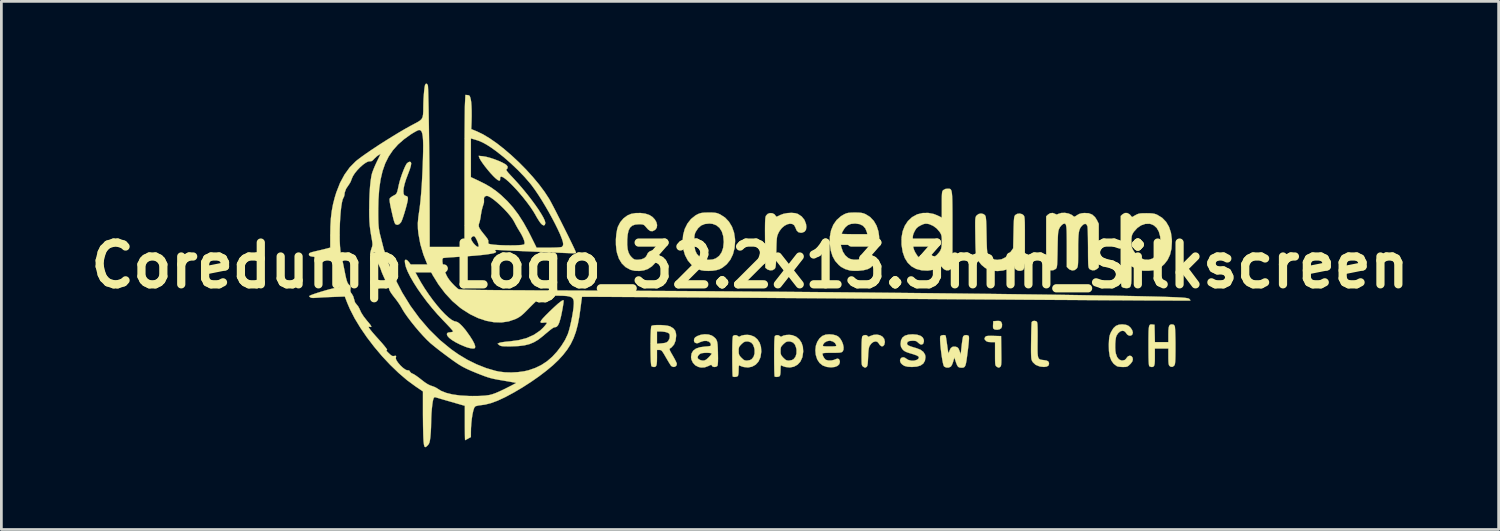
<source format=kicad_pcb>
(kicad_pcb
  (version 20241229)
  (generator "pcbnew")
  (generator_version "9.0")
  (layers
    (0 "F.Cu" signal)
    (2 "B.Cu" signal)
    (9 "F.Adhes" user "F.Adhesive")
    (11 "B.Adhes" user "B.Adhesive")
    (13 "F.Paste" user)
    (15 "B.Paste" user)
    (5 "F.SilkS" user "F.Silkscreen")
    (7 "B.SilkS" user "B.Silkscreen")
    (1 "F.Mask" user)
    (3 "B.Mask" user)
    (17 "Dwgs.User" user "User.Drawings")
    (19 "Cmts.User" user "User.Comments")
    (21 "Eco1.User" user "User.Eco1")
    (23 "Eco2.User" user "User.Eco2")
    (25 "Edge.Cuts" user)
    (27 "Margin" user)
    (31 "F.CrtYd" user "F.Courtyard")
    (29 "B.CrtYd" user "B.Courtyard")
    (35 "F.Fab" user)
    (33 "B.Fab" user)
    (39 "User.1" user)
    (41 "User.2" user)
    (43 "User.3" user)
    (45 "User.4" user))
  (footprint "Coredump-Logo_32.2x13.3mm_Silkscreen"
    (layer "F.Cu")
    (at 24.319 6.636)
    (property "Reference" "Coredump-Logo_32.2x13.3mm_Silkscreen" (at 0 0 0) (layer "F.SilkS") (effects (font (size 1.524 1.524) (thickness 0.3))))
    (attr through_hole)
    (fp_poly (pts (xy 9.144 2.041) (xy 9.168 2.064) (xy 9.197 2.14) (xy 9.194 2.228) (xy 9.169 2.288) (xy 9.111 2.329) (xy 9.028 2.347) (xy 8.943 2.34) (xy 8.921 2.332) (xy 8.886 2.312) (xy 8.87 2.278) (xy 8.867 2.216) (xy 8.869 2.171) (xy 8.877 2.035) (xy 9.006 2.026) (xy 9.093 2.026) (xy 9.144 2.041)) (stroke (width 0.01) (type solid)) (fill yes) (layer "F.SilkS"))
    (fp_poly (pts (xy 8.89 2.571) (xy 9.162 2.579) (xy 9.169 3.123) (xy 9.171 3.306) (xy 9.172 3.444) (xy 9.17 3.544) (xy 9.165 3.613) (xy 9.158 3.657) (xy 9.147 3.683) (xy 9.133 3.699) (xy 9.132 3.7) (xy 9.088 3.727) (xy 9.053 3.725) (xy 9.002 3.693) (xy 8.999 3.692) (xy 8.978 3.675) (xy 8.963 3.652) (xy 8.953 3.617) (xy 8.946 3.56) (xy 8.943 3.473) (xy 8.942 3.349) (xy 8.942 3.225) (xy 8.942 2.799) (xy 8.799 2.799) (xy 8.701 2.793) (xy 8.637 2.772) (xy 8.605 2.747) (xy 8.562 2.696) (xy 8.559 2.655) (xy 8.586 2.609) (xy 8.608 2.589) (xy 8.644 2.576) (xy 8.704 2.57) (xy 8.799 2.569) (xy 8.89 2.571)) (stroke (width 0.01) (type solid)) (fill yes) (layer "F.SilkS"))
    (fp_poly (pts (xy 10.434 2.033) (xy 10.469 2.059) (xy 10.48 2.089) (xy 10.488 2.153) (xy 10.492 2.256) (xy 10.495 2.4) (xy 10.495 2.591) (xy 10.494 2.718) (xy 10.492 2.929) (xy 10.492 3.093) (xy 10.495 3.218) (xy 10.505 3.308) (xy 10.522 3.37) (xy 10.549 3.409) (xy 10.586 3.433) (xy 10.637 3.445) (xy 10.703 3.453) (xy 10.722 3.455) (xy 10.822 3.472) (xy 10.881 3.501) (xy 10.907 3.55) (xy 10.911 3.595) (xy 10.889 3.655) (xy 10.826 3.691) (xy 10.727 3.704) (xy 10.6 3.691) (xy 10.556 3.681) (xy 10.422 3.626) (xy 10.323 3.534) (xy 10.297 3.492) (xy 10.282 3.461) (xy 10.271 3.424) (xy 10.264 3.372) (xy 10.259 3.3) (xy 10.256 3.201) (xy 10.255 3.067) (xy 10.256 2.893) (xy 10.258 2.76) (xy 10.26 2.58) (xy 10.264 2.416) (xy 10.267 2.274) (xy 10.272 2.164) (xy 10.276 2.091) (xy 10.279 2.067) (xy 10.313 2.033) (xy 10.372 2.022) (xy 10.434 2.033)) (stroke (width 0.01) (type solid)) (fill yes) (layer "F.SilkS"))
    (fp_poly (pts (xy 4.746 2.548) (xy 4.836 2.601) (xy 4.897 2.681) (xy 4.92 2.785) (xy 4.919 2.808) (xy 4.897 2.899) (xy 4.853 2.946) (xy 4.797 2.949) (xy 4.738 2.906) (xy 4.696 2.842) (xy 4.646 2.787) (xy 4.577 2.772) (xy 4.5 2.794) (xy 4.425 2.85) (xy 4.363 2.937) (xy 4.341 2.998) (xy 4.325 3.092) (xy 4.314 3.224) (xy 4.309 3.343) (xy 4.302 3.487) (xy 4.294 3.586) (xy 4.283 3.651) (xy 4.267 3.688) (xy 4.256 3.7) (xy 4.215 3.727) (xy 4.18 3.725) (xy 4.128 3.693) (xy 4.127 3.692) (xy 4.107 3.676) (xy 4.092 3.656) (xy 4.082 3.624) (xy 4.075 3.573) (xy 4.072 3.495) (xy 4.07 3.383) (xy 4.069 3.23) (xy 4.069 3.146) (xy 4.071 2.969) (xy 4.074 2.818) (xy 4.081 2.699) (xy 4.089 2.62) (xy 4.096 2.59) (xy 4.138 2.555) (xy 4.199 2.54) (xy 4.258 2.548) (xy 4.293 2.578) (xy 4.31 2.602) (xy 4.344 2.597) (xy 4.376 2.581) (xy 4.507 2.534) (xy 4.633 2.524) (xy 4.746 2.548)) (stroke (width 0.01) (type solid)) (fill yes) (layer "F.SilkS"))
    (fp_poly (pts (xy -12.377 -3.768) (xy -12.364 -3.719) (xy -12.377 -3.634) (xy -12.414 -3.509) (xy -12.468 -3.366) (xy -12.55 -3.149) (xy -12.606 -2.97) (xy -12.638 -2.824) (xy -12.648 -2.71) (xy -12.641 -2.617) (xy -12.617 -2.564) (xy -12.57 -2.539) (xy -12.56 -2.537) (xy -12.52 -2.524) (xy -12.494 -2.499) (xy -12.484 -2.456) (xy -12.489 -2.388) (xy -12.509 -2.288) (xy -12.544 -2.148) (xy -12.571 -2.052) (xy -12.613 -1.909) (xy -12.655 -1.778) (xy -12.693 -1.67) (xy -12.725 -1.595) (xy -12.737 -1.573) (xy -12.801 -1.506) (xy -12.87 -1.481) (xy -12.925 -1.497) (xy -12.946 -1.516) (xy -12.966 -1.55) (xy -12.986 -1.606) (xy -13.011 -1.69) (xy -13.04 -1.809) (xy -13.077 -1.971) (xy -13.088 -2.018) (xy -13.125 -2.193) (xy -13.147 -2.324) (xy -13.154 -2.408) (xy -13.15 -2.439) (xy -13.114 -2.479) (xy -13.05 -2.525) (xy -13.011 -2.546) (xy -12.96 -2.573) (xy -12.923 -2.599) (xy -12.896 -2.635) (xy -12.874 -2.69) (xy -12.852 -2.773) (xy -12.826 -2.894) (xy -12.816 -2.942) (xy -12.785 -3.066) (xy -12.742 -3.205) (xy -12.693 -3.349) (xy -12.64 -3.485) (xy -12.589 -3.603) (xy -12.544 -3.69) (xy -12.517 -3.727) (xy -12.463 -3.769) (xy -12.414 -3.784) (xy -12.377 -3.768)) (stroke (width 0.01) (type solid)) (fill yes) (layer "F.SilkS"))
    (fp_poly (pts (xy 13.718 2.166) (xy 13.807 2.202) (xy 13.884 2.269) (xy 13.943 2.357) (xy 13.97 2.445) (xy 13.97 2.456) (xy 13.95 2.522) (xy 13.902 2.559) (xy 13.839 2.562) (xy 13.776 2.531) (xy 13.744 2.495) (xy 13.695 2.427) (xy 13.648 2.394) (xy 13.586 2.385) (xy 13.579 2.385) (xy 13.505 2.409) (xy 13.43 2.477) (xy 13.374 2.564) (xy 13.352 2.634) (xy 13.337 2.74) (xy 13.328 2.866) (xy 13.327 2.998) (xy 13.333 3.118) (xy 13.347 3.209) (xy 13.395 3.342) (xy 13.462 3.428) (xy 13.549 3.467) (xy 13.599 3.468) (xy 13.674 3.451) (xy 13.723 3.405) (xy 13.737 3.382) (xy 13.793 3.317) (xy 13.857 3.294) (xy 13.916 3.309) (xy 13.958 3.361) (xy 13.97 3.427) (xy 13.954 3.497) (xy 13.9 3.573) (xy 13.869 3.606) (xy 13.811 3.661) (xy 13.762 3.691) (xy 13.704 3.703) (xy 13.616 3.706) (xy 13.604 3.706) (xy 13.508 3.701) (xy 13.428 3.689) (xy 13.387 3.676) (xy 13.271 3.589) (xy 13.186 3.47) (xy 13.128 3.316) (xy 13.098 3.123) (xy 13.093 2.888) (xy 13.094 2.865) (xy 13.1 2.731) (xy 13.11 2.633) (xy 13.125 2.557) (xy 13.149 2.489) (xy 13.181 2.42) (xy 13.26 2.291) (xy 13.35 2.207) (xy 13.459 2.163) (xy 13.579 2.151) (xy 13.718 2.166)) (stroke (width 0.01) (type solid)) (fill yes) (layer "F.SilkS"))
    (fp_poly (pts (xy 15.461 2.164) (xy 15.497 2.21) (xy 15.5 2.218) (xy 15.507 2.262) (xy 15.513 2.35) (xy 15.518 2.474) (xy 15.522 2.627) (xy 15.525 2.801) (xy 15.525 2.938) (xy 15.525 3.145) (xy 15.523 3.306) (xy 15.52 3.428) (xy 15.515 3.517) (xy 15.508 3.579) (xy 15.499 3.62) (xy 15.486 3.646) (xy 15.485 3.649) (xy 15.425 3.698) (xy 15.357 3.699) (xy 15.307 3.666) (xy 15.288 3.636) (xy 15.276 3.585) (xy 15.269 3.505) (xy 15.266 3.385) (xy 15.266 3.329) (xy 15.266 3.032) (xy 14.773 3.032) (xy 14.773 3.338) (xy 14.772 3.485) (xy 14.765 3.587) (xy 14.75 3.652) (xy 14.725 3.689) (xy 14.688 3.704) (xy 14.657 3.706) (xy 14.597 3.692) (xy 14.571 3.675) (xy 14.561 3.649) (xy 14.553 3.59) (xy 14.547 3.494) (xy 14.543 3.359) (xy 14.541 3.179) (xy 14.54 2.951) (xy 14.54 2.927) (xy 14.54 2.704) (xy 14.542 2.528) (xy 14.545 2.394) (xy 14.552 2.295) (xy 14.562 2.227) (xy 14.578 2.184) (xy 14.6 2.161) (xy 14.629 2.152) (xy 14.666 2.154) (xy 14.688 2.156) (xy 14.761 2.164) (xy 14.775 2.799) (xy 15.266 2.799) (xy 15.266 2.525) (xy 15.268 2.377) (xy 15.278 2.272) (xy 15.296 2.205) (xy 15.326 2.168) (xy 15.371 2.153) (xy 15.397 2.151) (xy 15.461 2.164)) (stroke (width 0.01) (type solid)) (fill yes) (layer "F.SilkS"))
    (fp_poly (pts (xy -9.752 -3.985) (xy -9.632 -3.965) (xy -9.488 -3.927) (xy -9.334 -3.877) (xy -9.181 -3.818) (xy -9.044 -3.757) (xy -8.936 -3.698) (xy -8.884 -3.66) (xy -8.843 -3.601) (xy -8.851 -3.543) (xy -8.88 -3.513) (xy -8.892 -3.497) (xy -8.887 -3.472) (xy -8.862 -3.432) (xy -8.813 -3.372) (xy -8.734 -3.285) (xy -8.653 -3.199) (xy -8.48 -3.01) (xy -8.31 -2.814) (xy -8.146 -2.615) (xy -7.992 -2.418) (xy -7.851 -2.228) (xy -7.727 -2.051) (xy -7.624 -1.89) (xy -7.544 -1.752) (xy -7.491 -1.64) (xy -7.47 -1.559) (xy -7.47 -1.543) (xy -7.489 -1.478) (xy -7.529 -1.459) (xy -7.585 -1.487) (xy -7.641 -1.544) (xy -7.691 -1.613) (xy -7.752 -1.709) (xy -7.814 -1.815) (xy -7.826 -1.839) (xy -7.909 -1.978) (xy -8.011 -2.131) (xy -8.13 -2.293) (xy -8.259 -2.458) (xy -8.394 -2.62) (xy -8.53 -2.775) (xy -8.663 -2.916) (xy -8.787 -3.038) (xy -8.897 -3.136) (xy -8.989 -3.205) (xy -9.057 -3.238) (xy -9.074 -3.24) (xy -9.111 -3.229) (xy -9.119 -3.186) (xy -9.118 -3.169) (xy -9.122 -3.11) (xy -9.152 -3.093) (xy -9.209 -3.119) (xy -9.294 -3.188) (xy -9.367 -3.259) (xy -9.469 -3.369) (xy -9.573 -3.491) (xy -9.673 -3.616) (xy -9.76 -3.734) (xy -9.828 -3.836) (xy -9.87 -3.911) (xy -9.874 -3.923) (xy -9.901 -3.999) (xy -9.752 -3.985)) (stroke (width 0.01) (type solid)) (fill yes) (layer "F.SilkS"))
    (fp_poly (pts (xy -6.804 1.274) (xy -6.802 1.305) (xy -6.809 1.376) (xy -6.824 1.475) (xy -6.844 1.593) (xy -6.868 1.717) (xy -6.893 1.839) (xy -6.919 1.946) (xy -6.92 1.95) (xy -6.964 2.092) (xy -7.009 2.187) (xy -7.06 2.24) (xy -7.113 2.255) (xy -7.14 2.258) (xy -7.171 2.27) (xy -7.213 2.296) (xy -7.272 2.339) (xy -7.353 2.404) (xy -7.462 2.495) (xy -7.579 2.594) (xy -7.733 2.713) (xy -7.887 2.804) (xy -8.05 2.871) (xy -8.233 2.916) (xy -8.445 2.942) (xy -8.695 2.953) (xy -8.764 2.954) (xy -8.904 2.953) (xy -9.003 2.95) (xy -9.07 2.942) (xy -9.114 2.929) (xy -9.147 2.91) (xy -9.151 2.906) (xy -9.211 2.858) (xy -9.152 2.827) (xy -9.105 2.813) (xy -9.018 2.798) (xy -8.903 2.783) (xy -8.773 2.771) (xy -8.767 2.771) (xy -8.435 2.726) (xy -8.139 2.646) (xy -7.881 2.529) (xy -7.659 2.377) (xy -7.548 2.272) (xy -7.483 2.199) (xy -7.435 2.139) (xy -7.413 2.102) (xy -7.413 2.099) (xy -7.435 2.083) (xy -7.502 2.084) (xy -7.529 2.088) (xy -7.598 2.094) (xy -7.637 2.084) (xy -7.645 2.056) (xy -7.621 2.008) (xy -7.563 1.935) (xy -7.469 1.835) (xy -7.338 1.705) (xy -7.301 1.668) (xy -7.143 1.519) (xy -7.019 1.406) (xy -6.924 1.329) (xy -6.858 1.283) (xy -6.817 1.269) (xy -6.804 1.274)) (stroke (width 0.01) (type solid)) (fill yes) (layer "F.SilkS"))
    (fp_poly (pts (xy 1.648 -1.908) (xy 1.746 -1.879) (xy 1.886 -1.786) (xy 1.986 -1.662) (xy 2.044 -1.51) (xy 2.056 -1.406) (xy 2.041 -1.301) (xy 1.987 -1.23) (xy 1.897 -1.195) (xy 1.854 -1.192) (xy 1.766 -1.213) (xy 1.7 -1.278) (xy 1.656 -1.385) (xy 1.612 -1.468) (xy 1.543 -1.513) (xy 1.456 -1.523) (xy 1.358 -1.501) (xy 1.258 -1.448) (xy 1.162 -1.367) (xy 1.079 -1.26) (xy 1.046 -1.201) (xy 1.022 -1.15) (xy 1.003 -1.103) (xy 0.989 -1.054) (xy 0.98 -0.993) (xy 0.973 -0.913) (xy 0.967 -0.805) (xy 0.963 -0.66) (xy 0.959 -0.489) (xy 0.954 -0.302) (xy 0.95 -0.16) (xy 0.944 -0.056) (xy 0.937 0.018) (xy 0.928 0.067) (xy 0.915 0.1) (xy 0.9 0.124) (xy 0.897 0.127) (xy 0.825 0.171) (xy 0.735 0.179) (xy 0.646 0.151) (xy 0.618 0.132) (xy 0.557 0.082) (xy 0.55 -0.827) (xy 0.548 -1.074) (xy 0.547 -1.274) (xy 0.548 -1.433) (xy 0.55 -1.557) (xy 0.554 -1.65) (xy 0.559 -1.717) (xy 0.566 -1.765) (xy 0.576 -1.798) (xy 0.582 -1.813) (xy 0.642 -1.879) (xy 0.724 -1.91) (xy 0.812 -1.906) (xy 0.891 -1.867) (xy 0.933 -1.815) (xy 0.95 -1.788) (xy 0.973 -1.781) (xy 1.015 -1.795) (xy 1.089 -1.832) (xy 1.094 -1.835) (xy 1.217 -1.882) (xy 1.363 -1.91) (xy 1.512 -1.919) (xy 1.648 -1.908)) (stroke (width 0.01) (type solid)) (fill yes) (layer "F.SilkS"))
    (fp_poly (pts (xy -12.504 -0.183) (xy -12.44 -0.113) (xy -12.359 0.003) (xy -12.262 0.163) (xy -12.149 0.366) (xy -12.13 0.402) (xy -12.006 0.623) (xy -11.869 0.844) (xy -11.723 1.06) (xy -11.573 1.266) (xy -11.422 1.457) (xy -11.274 1.63) (xy -11.133 1.778) (xy -11.002 1.899) (xy -10.887 1.987) (xy -10.79 2.037) (xy -10.737 2.047) (xy -10.673 2.069) (xy -10.588 2.131) (xy -10.49 2.229) (xy -10.382 2.356) (xy -10.343 2.409) (xy -10.223 2.577) (xy -10.13 2.723) (xy -10.066 2.843) (xy -10.034 2.931) (xy -10.03 2.96) (xy -10.035 3.007) (xy -10.06 3.028) (xy -10.12 3.031) (xy -10.128 3.031) (xy -10.204 3.021) (xy -10.304 2.996) (xy -10.388 2.967) (xy -10.575 2.888) (xy -10.74 2.805) (xy -10.876 2.722) (xy -10.979 2.642) (xy -11.042 2.57) (xy -11.062 2.508) (xy -11.062 2.503) (xy -11.046 2.467) (xy -11.004 2.448) (xy -10.944 2.441) (xy -10.877 2.43) (xy -10.838 2.413) (xy -10.834 2.405) (xy -10.851 2.378) (xy -10.9 2.321) (xy -10.974 2.239) (xy -11.068 2.139) (xy -11.178 2.025) (xy -11.204 1.998) (xy -11.405 1.783) (xy -11.602 1.555) (xy -11.792 1.32) (xy -11.969 1.083) (xy -12.132 0.85) (xy -12.275 0.625) (xy -12.396 0.415) (xy -12.491 0.225) (xy -12.556 0.06) (xy -12.588 -0.074) (xy -12.595 -0.152) (xy -12.591 -0.192) (xy -12.571 -0.206) (xy -12.55 -0.207) (xy -12.504 -0.183)) (stroke (width 0.01) (type solid)) (fill yes) (layer "F.SilkS"))
    (fp_poly (pts (xy 6.096 2.528) (xy 6.219 2.567) (xy 6.303 2.63) (xy 6.343 2.715) (xy 6.345 2.775) (xy 6.321 2.852) (xy 6.273 2.887) (xy 6.209 2.877) (xy 6.143 2.825) (xy 6.092 2.779) (xy 6.04 2.755) (xy 5.966 2.748) (xy 5.928 2.747) (xy 5.817 2.758) (xy 5.751 2.789) (xy 5.73 2.844) (xy 5.732 2.868) (xy 5.748 2.897) (xy 5.789 2.925) (xy 5.862 2.955) (xy 5.974 2.991) (xy 6.076 3.02) (xy 6.223 3.078) (xy 6.328 3.158) (xy 6.388 3.257) (xy 6.402 3.342) (xy 6.383 3.476) (xy 6.324 3.578) (xy 6.225 3.65) (xy 6.085 3.692) (xy 5.909 3.705) (xy 5.755 3.696) (xy 5.644 3.669) (xy 5.629 3.663) (xy 5.558 3.617) (xy 5.505 3.563) (xy 5.503 3.56) (xy 5.474 3.483) (xy 5.486 3.416) (xy 5.527 3.369) (xy 5.587 3.35) (xy 5.656 3.37) (xy 5.688 3.394) (xy 5.776 3.449) (xy 5.885 3.475) (xy 5.996 3.474) (xy 6.093 3.444) (xy 6.136 3.413) (xy 6.164 3.367) (xy 6.148 3.325) (xy 6.085 3.285) (xy 5.973 3.245) (xy 5.956 3.24) (xy 5.82 3.199) (xy 5.724 3.167) (xy 5.658 3.137) (xy 5.609 3.105) (xy 5.57 3.065) (xy 5.559 3.053) (xy 5.51 2.97) (xy 5.495 2.869) (xy 5.495 2.863) (xy 5.511 2.73) (xy 5.563 2.631) (xy 5.652 2.563) (xy 5.782 2.525) (xy 5.936 2.514) (xy 6.096 2.528)) (stroke (width 0.01) (type solid)) (fill yes) (layer "F.SilkS"))
    (fp_poly (pts (xy -1.375 -1.929) (xy -1.283 -1.923) (xy -1.212 -1.91) (xy -1.146 -1.887) (xy -1.085 -1.859) (xy -0.911 -1.746) (xy -0.768 -1.595) (xy -0.657 -1.41) (xy -0.583 -1.198) (xy -0.547 -0.964) (xy -0.544 -0.877) (xy -0.565 -0.629) (xy -0.624 -0.404) (xy -0.719 -0.208) (xy -0.849 -0.044) (xy -1.01 0.084) (xy -1.108 0.135) (xy -1.221 0.17) (xy -1.365 0.192) (xy -1.522 0.2) (xy -1.671 0.194) (xy -1.79 0.174) (xy -1.976 0.095) (xy -2.137 -0.026) (xy -2.27 -0.183) (xy -2.37 -0.373) (xy -2.435 -0.59) (xy -2.462 -0.829) (xy -2.462 -0.868) (xy -2.035 -0.868) (xy -2.025 -0.682) (xy -1.995 -0.535) (xy -1.94 -0.42) (xy -1.856 -0.329) (xy -1.79 -0.281) (xy -1.658 -0.225) (xy -1.507 -0.204) (xy -1.356 -0.219) (xy -1.245 -0.259) (xy -1.125 -0.349) (xy -1.036 -0.478) (xy -0.98 -0.644) (xy -0.959 -0.844) (xy -0.959 -0.868) (xy -0.977 -1.069) (xy -1.029 -1.238) (xy -1.113 -1.371) (xy -1.228 -1.465) (xy -1.37 -1.518) (xy -1.486 -1.529) (xy -1.65 -1.512) (xy -1.784 -1.457) (xy -1.893 -1.36) (xy -1.979 -1.231) (xy -2.006 -1.172) (xy -2.023 -1.108) (xy -2.031 -1.023) (xy -2.034 -0.905) (xy -2.035 -0.868) (xy -2.462 -0.868) (xy -2.441 -1.11) (xy -2.381 -1.332) (xy -2.283 -1.529) (xy -2.152 -1.695) (xy -1.991 -1.824) (xy -1.898 -1.874) (xy -1.829 -1.901) (xy -1.756 -1.918) (xy -1.665 -1.927) (xy -1.539 -1.93) (xy -1.503 -1.93) (xy -1.375 -1.929)) (stroke (width 0.01) (type solid)) (fill yes) (layer "F.SilkS"))
    (fp_poly (pts (xy -3.817 -1.889) (xy -3.671 -1.84) (xy -3.559 -1.768) (xy -3.473 -1.677) (xy -3.416 -1.576) (xy -3.391 -1.474) (xy -3.403 -1.381) (xy -3.455 -1.305) (xy -3.464 -1.298) (xy -3.554 -1.251) (xy -3.638 -1.256) (xy -3.717 -1.312) (xy -3.72 -1.315) (xy -3.78 -1.382) (xy -3.834 -1.444) (xy -3.835 -1.445) (xy -3.873 -1.478) (xy -3.923 -1.496) (xy -4.001 -1.503) (xy -4.049 -1.503) (xy -4.19 -1.491) (xy -4.298 -1.452) (xy -4.378 -1.38) (xy -4.432 -1.273) (xy -4.465 -1.124) (xy -4.48 -0.946) (xy -4.481 -0.75) (xy -4.466 -0.595) (xy -4.434 -0.473) (xy -4.382 -0.373) (xy -4.33 -0.31) (xy -4.268 -0.25) (xy -4.216 -0.219) (xy -4.15 -0.208) (xy -4.093 -0.207) (xy -3.965 -0.223) (xy -3.86 -0.264) (xy -3.79 -0.327) (xy -3.77 -0.368) (xy -3.723 -0.459) (xy -3.654 -0.517) (xy -3.575 -0.543) (xy -3.496 -0.536) (xy -3.428 -0.498) (xy -3.383 -0.429) (xy -3.369 -0.349) (xy -3.394 -0.215) (xy -3.466 -0.086) (xy -3.578 0.031) (xy -3.725 0.128) (xy -3.732 0.131) (xy -3.872 0.179) (xy -4.035 0.201) (xy -4.202 0.196) (xy -4.351 0.162) (xy -4.367 0.156) (xy -4.54 0.061) (xy -4.678 -0.072) (xy -4.783 -0.245) (xy -4.854 -0.458) (xy -4.875 -0.57) (xy -4.893 -0.755) (xy -4.894 -0.952) (xy -4.878 -1.145) (xy -4.848 -1.316) (xy -4.82 -1.413) (xy -4.735 -1.578) (xy -4.616 -1.718) (xy -4.473 -1.824) (xy -4.344 -1.88) (xy -4.175 -1.91) (xy -3.993 -1.913) (xy -3.817 -1.889)) (stroke (width 0.01) (type solid)) (fill yes) (layer "F.SilkS"))
    (fp_poly (pts (xy 3.029 2.525) (xy 3.147 2.557) (xy 3.21 2.589) (xy 3.286 2.664) (xy 3.348 2.762) (xy 3.392 2.872) (xy 3.414 2.981) (xy 3.411 3.075) (xy 3.381 3.137) (xy 3.358 3.158) (xy 3.325 3.172) (xy 3.274 3.181) (xy 3.196 3.186) (xy 3.08 3.188) (xy 2.99 3.188) (xy 2.848 3.189) (xy 2.75 3.192) (xy 2.689 3.198) (xy 2.656 3.208) (xy 2.644 3.222) (xy 2.644 3.228) (xy 2.661 3.297) (xy 2.702 3.374) (xy 2.753 3.434) (xy 2.772 3.446) (xy 2.856 3.469) (xy 2.962 3.469) (xy 3.064 3.447) (xy 3.108 3.428) (xy 3.188 3.4) (xy 3.245 3.418) (xy 3.275 3.48) (xy 3.279 3.525) (xy 3.255 3.606) (xy 3.19 3.667) (xy 3.089 3.705) (xy 2.96 3.719) (xy 2.809 3.705) (xy 2.799 3.703) (xy 2.654 3.651) (xy 2.538 3.558) (xy 2.452 3.428) (xy 2.4 3.265) (xy 2.385 3.095) (xy 2.403 2.932) (xy 2.405 2.926) (xy 2.659 2.926) (xy 2.67 2.942) (xy 2.704 2.95) (xy 2.771 2.954) (xy 2.879 2.955) (xy 2.903 2.955) (xy 3.019 2.954) (xy 3.092 2.951) (xy 3.132 2.943) (xy 3.146 2.929) (xy 3.145 2.907) (xy 3.143 2.902) (xy 3.1 2.83) (xy 3.023 2.775) (xy 2.927 2.748) (xy 2.903 2.747) (xy 2.805 2.766) (xy 2.721 2.815) (xy 2.668 2.884) (xy 2.662 2.902) (xy 2.659 2.926) (xy 2.405 2.926) (xy 2.456 2.785) (xy 2.537 2.662) (xy 2.64 2.573) (xy 2.76 2.525) (xy 2.894 2.514) (xy 3.029 2.525)) (stroke (width 0.01) (type solid)) (fill yes) (layer "F.SilkS"))
    (fp_poly (pts (xy 7.112 2.545) (xy 7.137 2.561) (xy 7.146 2.593) (xy 7.158 2.667) (xy 7.174 2.769) (xy 7.191 2.889) (xy 7.207 3.009) (xy 7.222 3.109) (xy 7.233 3.177) (xy 7.24 3.205) (xy 7.24 3.205) (xy 7.252 3.189) (xy 7.272 3.137) (xy 7.28 3.109) (xy 7.327 3.015) (xy 7.398 2.966) (xy 7.493 2.964) (xy 7.52 2.971) (xy 7.574 2.994) (xy 7.611 3.037) (xy 7.643 3.114) (xy 7.646 3.122) (xy 7.688 3.25) (xy 7.722 2.94) (xy 7.737 2.815) (xy 7.753 2.706) (xy 7.768 2.625) (xy 7.78 2.585) (xy 7.823 2.551) (xy 7.888 2.541) (xy 7.952 2.554) (xy 7.98 2.575) (xy 7.988 2.602) (xy 7.991 2.659) (xy 7.986 2.749) (xy 7.974 2.878) (xy 7.954 3.052) (xy 7.943 3.139) (xy 7.919 3.328) (xy 7.899 3.473) (xy 7.879 3.578) (xy 7.859 3.65) (xy 7.834 3.695) (xy 7.804 3.72) (xy 7.766 3.73) (xy 7.721 3.732) (xy 7.649 3.726) (xy 7.598 3.702) (xy 7.56 3.649) (xy 7.523 3.558) (xy 7.513 3.529) (xy 7.456 3.356) (xy 7.414 3.508) (xy 7.383 3.596) (xy 7.347 3.666) (xy 7.322 3.696) (xy 7.243 3.728) (xy 7.156 3.725) (xy 7.084 3.688) (xy 7.081 3.686) (xy 7.062 3.644) (xy 7.04 3.561) (xy 7.018 3.447) (xy 6.996 3.311) (xy 6.976 3.163) (xy 6.959 3.014) (xy 6.945 2.872) (xy 6.937 2.748) (xy 6.936 2.65) (xy 6.942 2.59) (xy 6.947 2.578) (xy 6.991 2.552) (xy 7.054 2.541) (xy 7.112 2.545)) (stroke (width 0.01) (type solid)) (fill yes) (layer "F.SilkS"))
    (fp_poly (pts (xy 0.009 2.544) (xy 0.152 2.599) (xy 0.266 2.693) (xy 0.35 2.819) (xy 0.399 2.971) (xy 0.412 3.143) (xy 0.385 3.327) (xy 0.375 3.365) (xy 0.307 3.511) (xy 0.205 3.622) (xy 0.075 3.694) (xy -0.073 3.724) (xy -0.227 3.707) (xy -0.306 3.684) (xy -0.366 3.659) (xy -0.382 3.649) (xy -0.399 3.646) (xy -0.409 3.674) (xy -0.414 3.741) (xy -0.415 3.815) (xy -0.419 3.924) (xy -0.431 4.003) (xy -0.446 4.038) (xy -0.493 4.061) (xy -0.559 4.069) (xy -0.616 4.061) (xy -0.631 4.052) (xy -0.635 4.022) (xy -0.639 3.948) (xy -0.643 3.835) (xy -0.645 3.691) (xy -0.647 3.523) (xy -0.648 3.336) (xy -0.648 3.318) (xy -0.647 3.119) (xy -0.415 3.119) (xy -0.411 3.208) (xy -0.394 3.269) (xy -0.354 3.326) (xy -0.315 3.368) (xy -0.248 3.432) (xy -0.193 3.463) (xy -0.128 3.473) (xy -0.111 3.473) (xy -0.001 3.454) (xy 0.061 3.42) (xy 0.13 3.334) (xy 0.166 3.217) (xy 0.167 3.078) (xy 0.156 3.014) (xy 0.112 2.892) (xy 0.043 2.814) (xy -0.055 2.777) (xy -0.11 2.773) (xy -0.181 2.78) (xy -0.24 2.809) (xy -0.309 2.868) (xy -0.314 2.874) (xy -0.373 2.938) (xy -0.403 2.991) (xy -0.414 3.058) (xy -0.415 3.119) (xy -0.647 3.119) (xy -0.647 3.086) (xy -0.645 2.902) (xy -0.641 2.763) (xy -0.635 2.664) (xy -0.628 2.601) (xy -0.618 2.572) (xy -0.617 2.571) (xy -0.557 2.543) (xy -0.487 2.549) (xy -0.44 2.579) (xy -0.4 2.603) (xy -0.378 2.594) (xy -0.308 2.559) (xy -0.206 2.538) (xy -0.092 2.533) (xy 0.009 2.544)) (stroke (width 0.01) (type solid)) (fill yes) (layer "F.SilkS"))
    (fp_poly (pts (xy 1.538 2.544) (xy 1.681 2.599) (xy 1.795 2.693) (xy 1.879 2.819) (xy 1.929 2.971) (xy 1.941 3.143) (xy 1.914 3.327) (xy 1.904 3.365) (xy 1.836 3.511) (xy 1.734 3.622) (xy 1.604 3.694) (xy 1.456 3.724) (xy 1.302 3.707) (xy 1.223 3.684) (xy 1.163 3.659) (xy 1.147 3.649) (xy 1.13 3.646) (xy 1.12 3.674) (xy 1.115 3.741) (xy 1.114 3.815) (xy 1.11 3.924) (xy 1.099 4.003) (xy 1.083 4.038) (xy 1.036 4.061) (xy 0.97 4.069) (xy 0.913 4.061) (xy 0.899 4.052) (xy 0.894 4.022) (xy 0.89 3.948) (xy 0.886 3.835) (xy 0.884 3.691) (xy 0.882 3.523) (xy 0.881 3.336) (xy 0.881 3.318) (xy 0.882 3.119) (xy 1.114 3.119) (xy 1.118 3.208) (xy 1.135 3.269) (xy 1.176 3.326) (xy 1.214 3.368) (xy 1.281 3.432) (xy 1.336 3.463) (xy 1.401 3.473) (xy 1.418 3.473) (xy 1.528 3.454) (xy 1.59 3.42) (xy 1.659 3.334) (xy 1.695 3.217) (xy 1.697 3.078) (xy 1.686 3.014) (xy 1.642 2.892) (xy 1.572 2.814) (xy 1.475 2.777) (xy 1.419 2.773) (xy 1.348 2.78) (xy 1.289 2.809) (xy 1.221 2.868) (xy 1.215 2.874) (xy 1.156 2.938) (xy 1.126 2.991) (xy 1.116 3.058) (xy 1.114 3.119) (xy 0.882 3.119) (xy 0.882 3.086) (xy 0.884 2.902) (xy 0.888 2.763) (xy 0.894 2.664) (xy 0.901 2.601) (xy 0.911 2.572) (xy 0.912 2.571) (xy 0.972 2.543) (xy 1.042 2.549) (xy 1.089 2.579) (xy 1.129 2.603) (xy 1.151 2.594) (xy 1.221 2.559) (xy 1.323 2.538) (xy 1.437 2.533) (xy 1.538 2.544)) (stroke (width 0.01) (type solid)) (fill yes) (layer "F.SilkS"))
    (fp_poly (pts (xy -3.238 2.177) (xy -3.117 2.186) (xy -3.01 2.2) (xy -2.929 2.22) (xy -2.914 2.226) (xy -2.801 2.294) (xy -2.732 2.379) (xy -2.7 2.492) (xy -2.696 2.57) (xy -2.715 2.74) (xy -2.771 2.882) (xy -2.862 2.989) (xy -2.918 3.027) (xy -2.934 3.043) (xy -2.934 3.07) (xy -2.916 3.118) (xy -2.876 3.193) (xy -2.815 3.298) (xy -2.756 3.403) (xy -2.708 3.496) (xy -2.678 3.564) (xy -2.67 3.595) (xy -2.69 3.66) (xy -2.742 3.698) (xy -2.807 3.704) (xy -2.87 3.673) (xy -2.882 3.661) (xy -2.909 3.621) (xy -2.956 3.547) (xy -3.014 3.449) (xy -3.072 3.35) (xy -3.137 3.237) (xy -3.185 3.161) (xy -3.22 3.116) (xy -3.251 3.093) (xy -3.284 3.085) (xy -3.31 3.084) (xy -3.395 3.084) (xy -3.395 3.364) (xy -3.397 3.505) (xy -3.406 3.601) (xy -3.423 3.662) (xy -3.451 3.694) (xy -3.494 3.706) (xy -3.512 3.706) (xy -3.571 3.692) (xy -3.597 3.675) (xy -3.607 3.64) (xy -3.615 3.561) (xy -3.622 3.447) (xy -3.626 3.307) (xy -3.629 3.148) (xy -3.631 2.979) (xy -3.63 2.808) (xy -3.628 2.643) (xy -3.624 2.494) (xy -3.62 2.41) (xy -3.395 2.41) (xy -3.395 2.859) (xy -3.22 2.843) (xy -3.119 2.83) (xy -3.053 2.811) (xy -3.007 2.78) (xy -2.987 2.76) (xy -2.938 2.667) (xy -2.929 2.589) (xy -2.934 2.519) (xy -2.958 2.48) (xy -3.014 2.45) (xy -3.019 2.448) (xy -3.098 2.426) (xy -3.199 2.413) (xy -3.252 2.41) (xy -3.395 2.41) (xy -3.62 2.41) (xy -3.618 2.367) (xy -3.611 2.272) (xy -3.602 2.218) (xy -3.597 2.208) (xy -3.552 2.19) (xy -3.468 2.179) (xy -3.359 2.175) (xy -3.238 2.177)) (stroke (width 0.01) (type solid)) (fill yes) (layer "F.SilkS"))
    (fp_poly (pts (xy -1.518 2.52) (xy -1.404 2.555) (xy -1.373 2.572) (xy -1.306 2.621) (xy -1.257 2.667) (xy -1.222 2.721) (xy -1.198 2.79) (xy -1.184 2.884) (xy -1.176 3.011) (xy -1.171 3.18) (xy -1.171 3.204) (xy -1.168 3.382) (xy -1.17 3.514) (xy -1.176 3.603) (xy -1.186 3.655) (xy -1.193 3.669) (xy -1.243 3.699) (xy -1.307 3.706) (xy -1.363 3.691) (xy -1.391 3.659) (xy -1.402 3.633) (xy -1.423 3.628) (xy -1.469 3.645) (xy -1.522 3.672) (xy -1.655 3.72) (xy -1.787 3.725) (xy -1.882 3.704) (xy -1.995 3.646) (xy -2.083 3.552) (xy -2.138 3.434) (xy -2.148 3.361) (xy -1.915 3.361) (xy -1.898 3.398) (xy -1.869 3.424) (xy -1.799 3.459) (xy -1.717 3.473) (xy -1.655 3.465) (xy -1.596 3.434) (xy -1.524 3.371) (xy -1.513 3.36) (xy -1.453 3.296) (xy -1.412 3.243) (xy -1.4 3.217) (xy -1.423 3.202) (xy -1.483 3.192) (xy -1.566 3.188) (xy -1.656 3.19) (xy -1.739 3.199) (xy -1.8 3.213) (xy -1.861 3.256) (xy -1.898 3.307) (xy -1.915 3.361) (xy -2.148 3.361) (xy -2.151 3.341) (xy -2.132 3.211) (xy -2.072 3.109) (xy -1.97 3.034) (xy -1.825 2.985) (xy -1.641 2.961) (xy -1.534 2.953) (xy -1.47 2.943) (xy -1.437 2.929) (xy -1.426 2.908) (xy -1.426 2.899) (xy -1.448 2.827) (xy -1.507 2.777) (xy -1.593 2.753) (xy -1.695 2.757) (xy -1.803 2.791) (xy -1.825 2.801) (xy -1.898 2.835) (xy -1.951 2.839) (xy -1.989 2.827) (xy -2.033 2.795) (xy -2.044 2.742) (xy -2.043 2.717) (xy -2.029 2.661) (xy -1.993 2.619) (xy -1.92 2.576) (xy -1.918 2.575) (xy -1.792 2.53) (xy -1.653 2.512) (xy -1.518 2.52)) (stroke (width 0.01) (type solid)) (fill yes) (layer "F.SilkS"))
    (fp_poly (pts (xy 3.954 -1.928) (xy 4.049 -1.921) (xy 4.125 -1.905) (xy 4.197 -1.879) (xy 4.217 -1.87) (xy 4.381 -1.768) (xy 4.515 -1.627) (xy 4.618 -1.451) (xy 4.684 -1.247) (xy 4.709 -1.076) (xy 4.715 -0.975) (xy 4.71 -0.91) (xy 4.694 -0.862) (xy 4.666 -0.823) (xy 4.61 -0.752) (xy 3.313 -0.752) (xy 3.331 -0.67) (xy 3.388 -0.503) (xy 3.474 -0.368) (xy 3.586 -0.271) (xy 3.67 -0.232) (xy 3.779 -0.211) (xy 3.903 -0.21) (xy 4.024 -0.226) (xy 4.123 -0.258) (xy 4.159 -0.28) (xy 4.243 -0.323) (xy 4.337 -0.337) (xy 4.422 -0.32) (xy 4.467 -0.29) (xy 4.498 -0.226) (xy 4.51 -0.134) (xy 4.51 -0.131) (xy 4.487 -0.021) (xy 4.419 0.067) (xy 4.304 0.132) (xy 4.143 0.175) (xy 3.94 0.196) (xy 3.827 0.197) (xy 3.719 0.192) (xy 3.639 0.182) (xy 3.466 0.13) (xy 3.322 0.051) (xy 3.241 -0.015) (xy 3.108 -0.163) (xy 3.011 -0.339) (xy 2.946 -0.547) (xy 2.912 -0.791) (xy 2.914 -1.047) (xy 2.934 -1.155) (xy 3.343 -1.155) (xy 3.368 -1.15) (xy 3.436 -1.146) (xy 3.54 -1.143) (xy 3.671 -1.141) (xy 3.813 -1.14) (xy 4.282 -1.14) (xy 4.265 -1.212) (xy 4.21 -1.349) (xy 4.123 -1.447) (xy 4.002 -1.507) (xy 3.845 -1.529) (xy 3.828 -1.529) (xy 3.684 -1.516) (xy 3.572 -1.471) (xy 3.483 -1.396) (xy 3.441 -1.341) (xy 3.397 -1.271) (xy 3.361 -1.204) (xy 3.344 -1.158) (xy 3.343 -1.155) (xy 2.934 -1.155) (xy 2.957 -1.279) (xy 3.04 -1.484) (xy 3.161 -1.657) (xy 3.32 -1.798) (xy 3.444 -1.87) (xy 3.512 -1.899) (xy 3.583 -1.917) (xy 3.673 -1.926) (xy 3.796 -1.93) (xy 3.823 -1.93) (xy 3.954 -1.928)) (stroke (width 0.01) (type solid)) (fill yes) (layer "F.SilkS"))
    (fp_poly (pts (xy 13.85 -1.867) (xy 13.875 -1.841) (xy 13.94 -1.764) (xy 14.065 -1.834) (xy 14.127 -1.867) (xy 14.183 -1.887) (xy 14.249 -1.899) (xy 14.339 -1.904) (xy 14.462 -1.905) (xy 14.596 -1.903) (xy 14.693 -1.896) (xy 14.768 -1.882) (xy 14.837 -1.858) (xy 14.864 -1.845) (xy 15.04 -1.737) (xy 15.182 -1.591) (xy 15.289 -1.409) (xy 15.36 -1.194) (xy 15.393 -0.949) (xy 15.395 -0.863) (xy 15.379 -0.61) (xy 15.327 -0.392) (xy 15.238 -0.204) (xy 15.123 -0.054) (xy 15.003 0.056) (xy 14.878 0.13) (xy 14.734 0.174) (xy 14.559 0.193) (xy 14.486 0.194) (xy 14.365 0.193) (xy 14.279 0.186) (xy 14.21 0.171) (xy 14.141 0.144) (xy 14.078 0.112) (xy 13.918 0.03) (xy 13.918 0.372) (xy 13.916 0.537) (xy 13.909 0.657) (xy 13.893 0.739) (xy 13.865 0.791) (xy 13.823 0.818) (xy 13.764 0.828) (xy 13.726 0.829) (xy 13.625 0.815) (xy 13.572 0.782) (xy 13.562 0.767) (xy 13.554 0.744) (xy 13.547 0.707) (xy 13.542 0.653) (xy 13.538 0.577) (xy 13.535 0.474) (xy 13.532 0.341) (xy 13.531 0.173) (xy 13.53 -0.035) (xy 13.529 -0.286) (xy 13.529 -0.535) (xy 13.529 -0.873) (xy 13.918 -0.873) (xy 13.92 -0.764) (xy 13.927 -0.687) (xy 13.946 -0.626) (xy 13.981 -0.56) (xy 14.019 -0.499) (xy 14.133 -0.359) (xy 14.263 -0.263) (xy 14.404 -0.211) (xy 14.549 -0.208) (xy 14.685 -0.249) (xy 14.811 -0.334) (xy 14.902 -0.453) (xy 14.959 -0.608) (xy 14.983 -0.802) (xy 14.984 -0.857) (xy 14.967 -1.061) (xy 14.919 -1.232) (xy 14.842 -1.367) (xy 14.738 -1.462) (xy 14.61 -1.515) (xy 14.576 -1.521) (xy 14.423 -1.516) (xy 14.273 -1.464) (xy 14.133 -1.368) (xy 14.011 -1.234) (xy 13.979 -1.186) (xy 13.948 -1.128) (xy 13.929 -1.066) (xy 13.92 -0.984) (xy 13.918 -0.873) (xy 13.529 -0.873) (xy 13.529 -1.805) (xy 13.589 -1.862) (xy 13.675 -1.912) (xy 13.765 -1.913) (xy 13.85 -1.867)) (stroke (width 0.01) (type solid)) (fill yes) (layer "F.SilkS"))
    (fp_poly (pts (xy 8.516 -1.876) (xy 8.568 -1.838) (xy 8.584 -1.817) (xy 8.596 -1.789) (xy 8.605 -1.747) (xy 8.612 -1.684) (xy 8.618 -1.595) (xy 8.623 -1.473) (xy 8.627 -1.311) (xy 8.631 -1.118) (xy 8.635 -0.91) (xy 8.64 -0.746) (xy 8.645 -0.622) (xy 8.652 -0.529) (xy 8.66 -0.463) (xy 8.671 -0.415) (xy 8.684 -0.38) (xy 8.69 -0.37) (xy 8.768 -0.277) (xy 8.883 -0.221) (xy 9.023 -0.203) (xy 9.181 -0.225) (xy 9.321 -0.294) (xy 9.448 -0.412) (xy 9.496 -0.475) (xy 9.603 -0.625) (xy 9.616 -1.204) (xy 9.62 -1.394) (xy 9.625 -1.539) (xy 9.63 -1.646) (xy 9.637 -1.722) (xy 9.646 -1.773) (xy 9.658 -1.808) (xy 9.673 -1.831) (xy 9.678 -1.838) (xy 9.75 -1.882) (xy 9.84 -1.893) (xy 9.928 -1.871) (xy 9.978 -1.835) (xy 9.991 -1.819) (xy 10.003 -1.798) (xy 10.012 -1.768) (xy 10.018 -1.724) (xy 10.023 -1.659) (xy 10.027 -1.57) (xy 10.029 -1.45) (xy 10.03 -1.294) (xy 10.03 -1.096) (xy 10.03 -0.853) (xy 10.03 -0.597) (xy 10.029 -0.388) (xy 10.027 -0.221) (xy 10.022 -0.091) (xy 10.015 0.007) (xy 10.003 0.078) (xy 9.987 0.127) (xy 9.965 0.158) (xy 9.937 0.177) (xy 9.901 0.188) (xy 9.862 0.196) (xy 9.784 0.191) (xy 9.711 0.155) (xy 9.658 0.1) (xy 9.642 0.048) (xy 9.639 0.016) (xy 9.623 0.013) (xy 9.582 0.039) (xy 9.563 0.052) (xy 9.411 0.133) (xy 9.23 0.185) (xy 9.037 0.205) (xy 8.847 0.192) (xy 8.726 0.162) (xy 8.579 0.089) (xy 8.444 -0.023) (xy 8.338 -0.159) (xy 8.29 -0.254) (xy 8.272 -0.302) (xy 8.258 -0.351) (xy 8.247 -0.407) (xy 8.239 -0.477) (xy 8.233 -0.57) (xy 8.229 -0.692) (xy 8.225 -0.85) (xy 8.222 -1.052) (xy 8.222 -1.076) (xy 8.219 -1.28) (xy 8.217 -1.439) (xy 8.217 -1.56) (xy 8.219 -1.648) (xy 8.224 -1.71) (xy 8.232 -1.753) (xy 8.242 -1.783) (xy 8.257 -1.807) (xy 8.268 -1.821) (xy 8.34 -1.876) (xy 8.429 -1.895) (xy 8.516 -1.876)) (stroke (width 0.01) (type solid)) (fill yes) (layer "F.SilkS"))
    (fp_poly (pts (xy 7.275 -2.798) (xy 7.303 -2.79) (xy 7.325 -2.773) (xy 7.343 -2.741) (xy 7.357 -2.692) (xy 7.368 -2.622) (xy 7.376 -2.525) (xy 7.381 -2.399) (xy 7.384 -2.24) (xy 7.386 -2.043) (xy 7.387 -1.806) (xy 7.387 -1.522) (xy 7.387 -1.303) (xy 7.387 -1) (xy 7.386 -0.745) (xy 7.386 -0.533) (xy 7.385 -0.361) (xy 7.383 -0.223) (xy 7.38 -0.115) (xy 7.377 -0.034) (xy 7.372 0.025) (xy 7.366 0.066) (xy 7.359 0.094) (xy 7.349 0.112) (xy 7.339 0.126) (xy 7.335 0.13) (xy 7.256 0.176) (xy 7.165 0.179) (xy 7.08 0.141) (xy 7.044 0.107) (xy 6.981 0.033) (xy 6.892 0.08) (xy 6.7 0.156) (xy 6.486 0.189) (xy 6.267 0.179) (xy 6.064 0.127) (xy 5.894 0.034) (xy 5.754 -0.1) (xy 5.647 -0.273) (xy 5.573 -0.486) (xy 5.532 -0.738) (xy 5.529 -0.769) (xy 5.53 -0.942) (xy 5.938 -0.942) (xy 5.94 -0.868) (xy 5.947 -0.743) (xy 5.961 -0.649) (xy 5.986 -0.568) (xy 6.026 -0.48) (xy 6.026 -0.479) (xy 6.114 -0.341) (xy 6.218 -0.252) (xy 6.342 -0.21) (xy 6.488 -0.214) (xy 6.587 -0.237) (xy 6.701 -0.292) (xy 6.814 -0.379) (xy 6.908 -0.484) (xy 6.947 -0.546) (xy 6.975 -0.615) (xy 6.991 -0.699) (xy 6.997 -0.812) (xy 6.998 -0.876) (xy 6.997 -0.99) (xy 6.99 -1.068) (xy 6.974 -1.127) (xy 6.946 -1.183) (xy 6.919 -1.225) (xy 6.816 -1.346) (xy 6.687 -1.442) (xy 6.549 -1.504) (xy 6.488 -1.518) (xy 6.412 -1.524) (xy 6.344 -1.513) (xy 6.261 -1.479) (xy 6.225 -1.461) (xy 6.134 -1.409) (xy 6.073 -1.355) (xy 6.023 -1.278) (xy 6.005 -1.244) (xy 5.969 -1.17) (xy 5.949 -1.106) (xy 5.939 -1.036) (xy 5.938 -0.942) (xy 5.53 -0.942) (xy 5.53 -1.02) (xy 5.571 -1.248) (xy 5.65 -1.45) (xy 5.764 -1.622) (xy 5.912 -1.76) (xy 6.091 -1.859) (xy 6.112 -1.867) (xy 6.3 -1.912) (xy 6.503 -1.916) (xy 6.702 -1.878) (xy 6.837 -1.825) (xy 6.998 -1.745) (xy 6.998 -2.22) (xy 6.998 -2.39) (xy 7 -2.515) (xy 7.004 -2.603) (xy 7.01 -2.664) (xy 7.02 -2.703) (xy 7.034 -2.73) (xy 7.05 -2.747) (xy 7.129 -2.791) (xy 7.204 -2.799) (xy 7.242 -2.799) (xy 7.275 -2.798)) (stroke (width 0.01) (type solid)) (fill yes) (layer "F.SilkS"))
    (fp_poly (pts (xy 11.626 -1.894) (xy 11.738 -1.845) (xy 11.781 -1.813) (xy 11.815 -1.784) (xy 11.845 -1.78) (xy 11.887 -1.802) (xy 11.932 -1.833) (xy 12.011 -1.878) (xy 12.102 -1.903) (xy 12.195 -1.913) (xy 12.356 -1.905) (xy 12.486 -1.856) (xy 12.59 -1.763) (xy 12.659 -1.654) (xy 12.726 -1.519) (xy 12.726 0.069) (xy 12.666 0.125) (xy 12.585 0.171) (xy 12.493 0.178) (xy 12.41 0.147) (xy 12.389 0.13) (xy 12.374 0.112) (xy 12.362 0.089) (xy 12.353 0.055) (xy 12.346 0.003) (xy 12.341 -0.073) (xy 12.338 -0.178) (xy 12.336 -0.319) (xy 12.335 -0.502) (xy 12.335 -0.641) (xy 12.333 -0.832) (xy 12.331 -1.009) (xy 12.328 -1.163) (xy 12.324 -1.289) (xy 12.319 -1.377) (xy 12.315 -1.422) (xy 12.315 -1.423) (xy 12.279 -1.496) (xy 12.229 -1.52) (xy 12.164 -1.494) (xy 12.132 -1.466) (xy 12.086 -1.417) (xy 12.049 -1.363) (xy 12.021 -1.297) (xy 12.001 -1.214) (xy 11.988 -1.106) (xy 11.98 -0.967) (xy 11.975 -0.79) (xy 11.974 -0.567) (xy 11.974 -0.556) (xy 11.974 -0.364) (xy 11.973 -0.216) (xy 11.971 -0.106) (xy 11.966 -0.028) (xy 11.959 0.027) (xy 11.949 0.065) (xy 11.935 0.092) (xy 11.921 0.113) (xy 11.847 0.169) (xy 11.759 0.183) (xy 11.669 0.153) (xy 11.623 0.118) (xy 11.56 0.054) (xy 11.56 -0.694) (xy 11.559 -0.93) (xy 11.557 -1.119) (xy 11.554 -1.266) (xy 11.547 -1.375) (xy 11.536 -1.451) (xy 11.521 -1.498) (xy 11.501 -1.522) (xy 11.474 -1.527) (xy 11.441 -1.518) (xy 11.421 -1.51) (xy 11.369 -1.469) (xy 11.314 -1.401) (xy 11.295 -1.368) (xy 11.277 -1.332) (xy 11.263 -1.294) (xy 11.252 -1.248) (xy 11.243 -1.187) (xy 11.237 -1.104) (xy 11.232 -0.992) (xy 11.228 -0.845) (xy 11.224 -0.654) (xy 11.223 -0.587) (xy 11.219 -0.384) (xy 11.215 -0.226) (xy 11.211 -0.107) (xy 11.206 -0.021) (xy 11.199 0.038) (xy 11.19 0.077) (xy 11.178 0.102) (xy 11.163 0.12) (xy 11.149 0.132) (xy 11.061 0.176) (xy 10.968 0.178) (xy 10.887 0.139) (xy 10.862 0.113) (xy 10.847 0.093) (xy 10.836 0.07) (xy 10.827 0.039) (xy 10.82 -0.007) (xy 10.815 -0.072) (xy 10.812 -0.163) (xy 10.81 -0.283) (xy 10.809 -0.44) (xy 10.808 -0.637) (xy 10.808 -0.873) (xy 10.808 -1.791) (xy 10.872 -1.854) (xy 10.955 -1.906) (xy 11.048 -1.915) (xy 11.133 -1.882) (xy 11.177 -1.859) (xy 11.222 -1.867) (xy 11.253 -1.882) (xy 11.364 -1.915) (xy 11.495 -1.918) (xy 11.626 -1.894)) (stroke (width 0.01) (type solid)) (fill yes) (layer "F.SilkS"))
    (fp_poly (pts (xy -11.788 -6.625) (xy -11.759 -6.576) (xy -11.755 -6.564) (xy -11.751 -6.523) (xy -11.747 -6.435) (xy -11.742 -6.303) (xy -11.738 -6.131) (xy -11.733 -5.924) (xy -11.728 -5.685) (xy -11.724 -5.419) (xy -11.719 -5.13) (xy -11.715 -4.821) (xy -11.711 -4.498) (xy -11.707 -4.163) (xy -11.703 -3.821) (xy -11.7 -3.476) (xy -11.697 -3.132) (xy -11.695 -2.794) (xy -11.693 -2.464) (xy -11.692 -2.149) (xy -11.691 -1.989) (xy -11.689 -0.674) (xy -10.419 -0.674) (xy -10.419 -0.965) (xy -10.182 -0.965) (xy -10.16 -0.916) (xy -10.147 -0.891) (xy -10.1 -0.821) (xy -10.04 -0.753) (xy -9.979 -0.7) (xy -9.931 -0.675) (xy -9.925 -0.674) (xy -9.903 -0.695) (xy -9.901 -0.712) (xy -9.912 -0.773) (xy -9.939 -0.855) (xy -9.977 -0.941) (xy -10.016 -1.015) (xy -10.05 -1.058) (xy -10.055 -1.062) (xy -10.101 -1.07) (xy -10.148 -1.036) (xy -10.149 -1.035) (xy -10.178 -0.998) (xy -10.182 -0.965) (xy -10.419 -0.965) (xy -10.419 -1.46) (xy -9.902 -1.46) (xy -9.894 -1.408) (xy -9.866 -1.348) (xy -9.815 -1.272) (xy -9.737 -1.172) (xy -9.646 -1.06) (xy -9.583 -0.976) (xy -9.552 -0.916) (xy -9.549 -0.869) (xy -9.55 -0.863) (xy -9.549 -0.807) (xy -9.525 -0.787) (xy -9.457 -0.771) (xy -9.352 -0.757) (xy -9.218 -0.746) (xy -9.066 -0.738) (xy -8.904 -0.733) (xy -8.741 -0.732) (xy -8.587 -0.733) (xy -8.45 -0.739) (xy -8.339 -0.747) (xy -8.265 -0.76) (xy -8.237 -0.772) (xy -8.224 -0.82) (xy -8.239 -0.901) (xy -8.28 -1.009) (xy -8.343 -1.135) (xy -8.41 -1.246) (xy -8.479 -1.36) (xy -8.55 -1.487) (xy -8.602 -1.588) (xy -8.662 -1.69) (xy -8.749 -1.808) (xy -8.857 -1.935) (xy -8.978 -2.065) (xy -9.106 -2.19) (xy -9.235 -2.306) (xy -9.356 -2.405) (xy -9.465 -2.481) (xy -9.554 -2.528) (xy -9.605 -2.54) (xy -9.673 -2.519) (xy -9.709 -2.463) (xy -9.708 -2.39) (xy -9.708 -2.301) (xy -9.741 -2.188) (xy -9.741 -2.188) (xy -9.769 -2.098) (xy -9.797 -1.98) (xy -9.818 -1.86) (xy -9.819 -1.852) (xy -9.835 -1.743) (xy -9.854 -1.646) (xy -9.871 -1.579) (xy -9.874 -1.571) (xy -9.894 -1.511) (xy -9.902 -1.46) (xy -10.419 -1.46) (xy -10.419 -3.117) (xy -10.419 -3.222) (xy -10.186 -3.222) (xy -9.895 -3.086) (xy -9.647 -2.962) (xy -9.434 -2.835) (xy -9.238 -2.694) (xy -9.084 -2.566) (xy -8.857 -2.35) (xy -8.649 -2.117) (xy -8.455 -1.859) (xy -8.269 -1.569) (xy -8.085 -1.239) (xy -8.005 -1.082) (xy -7.789 -0.648) (xy -7.353 -0.648) (xy -7.195 -0.65) (xy -7.058 -0.654) (xy -6.952 -0.661) (xy -6.884 -0.67) (xy -6.867 -0.675) (xy -6.825 -0.725) (xy -6.817 -0.781) (xy -6.83 -0.866) (xy -6.87 -0.988) (xy -6.932 -1.142) (xy -7.014 -1.32) (xy -7.111 -1.517) (xy -7.221 -1.727) (xy -7.34 -1.944) (xy -7.466 -2.161) (xy -7.594 -2.374) (xy -7.722 -2.575) (xy -7.847 -2.759) (xy -7.964 -2.92) (xy -8.011 -2.98) (xy -8.221 -3.223) (xy -8.463 -3.475) (xy -8.726 -3.724) (xy -8.996 -3.96) (xy -9.262 -4.17) (xy -9.445 -4.301) (xy -9.61 -4.407) (xy -9.752 -4.485) (xy -9.886 -4.544) (xy -10.023 -4.589) (xy -10.186 -4.636) (xy -10.186 -3.222) (xy -10.419 -3.222) (xy -10.419 -3.477) (xy -10.418 -3.827) (xy -10.417 -4.165) (xy -10.416 -4.486) (xy -10.415 -4.785) (xy -10.413 -5.058) (xy -10.411 -5.3) (xy -10.409 -5.509) (xy -10.407 -5.679) (xy -10.405 -5.806) (xy -10.402 -5.886) (xy -10.402 -5.891) (xy -10.385 -6.223) (xy -10.305 -6.215) (xy -10.26 -6.207) (xy -10.231 -6.185) (xy -10.211 -6.138) (xy -10.189 -6.052) (xy -10.174 -5.955) (xy -10.164 -5.815) (xy -10.158 -5.643) (xy -10.157 -5.446) (xy -10.162 -5.236) (xy -10.168 -5.086) (xy -10.173 -4.975) (xy -9.966 -4.891) (xy -9.742 -4.783) (xy -9.498 -4.636) (xy -9.239 -4.456) (xy -8.972 -4.246) (xy -8.701 -4.013) (xy -8.432 -3.762) (xy -8.172 -3.499) (xy -7.926 -3.228) (xy -7.699 -2.956) (xy -7.498 -2.687) (xy -7.334 -2.436) (xy -7.296 -2.369) (xy -7.241 -2.267) (xy -7.172 -2.136) (xy -7.092 -1.982) (xy -7.005 -1.81) (xy -6.912 -1.628) (xy -6.818 -1.44) (xy -6.725 -1.254) (xy -6.635 -1.074) (xy -6.553 -0.906) (xy -6.481 -0.758) (xy -6.422 -0.634) (xy -6.379 -0.54) (xy -6.354 -0.483) (xy -6.35 -0.469) (xy -6.37 -0.443) (xy -6.383 -0.441) (xy -6.423 -0.442) (xy -6.508 -0.445) (xy -6.633 -0.45) (xy -6.792 -0.456) (xy -6.977 -0.464) (xy -7.184 -0.473) (xy -7.405 -0.483) (xy -7.636 -0.493) (xy -7.869 -0.503) (xy -8.098 -0.513) (xy -8.318 -0.523) (xy -8.522 -0.532) (xy -8.704 -0.54) (xy -8.859 -0.547) (xy -8.978 -0.553) (xy -9.058 -0.557) (xy -9.071 -0.558) (xy -9.191 -0.564) (xy -9.267 -0.566) (xy -9.304 -0.562) (xy -9.31 -0.552) (xy -9.296 -0.538) (xy -9.265 -0.506) (xy -9.277 -0.48) (xy -9.283 -0.475) (xy -9.337 -0.451) (xy -9.442 -0.428) (xy -9.595 -0.404) (xy -9.794 -0.38) (xy -10.038 -0.357) (xy -10.325 -0.335) (xy -10.653 -0.313) (xy -10.703 -0.31) (xy -10.856 -0.3) (xy -10.991 -0.291) (xy -11.099 -0.282) (xy -11.172 -0.274) (xy -11.202 -0.269) (xy -11.224 -0.227) (xy -11.226 -0.148) (xy -11.211 -0.042) (xy -11.181 0.082) (xy -11.139 0.212) (xy -11.086 0.34) (xy -11.039 0.431) (xy -10.974 0.526) (xy -10.883 0.635) (xy -10.781 0.742) (xy -10.683 0.831) (xy -10.639 0.864) (xy -10.625 0.869) (xy -10.596 0.873) (xy -10.549 0.877) (xy -10.483 0.881) (xy -10.395 0.884) (xy -10.284 0.888) (xy -10.146 0.891) (xy -9.981 0.893) (xy -9.785 0.896) (xy -9.557 0.898) (xy -9.294 0.901) (xy -8.995 0.903) (xy -8.656 0.905) (xy -8.277 0.907) (xy -7.855 0.91) (xy -7.388 0.912) (xy -6.873 0.914) (xy -6.309 0.916) (xy -6.246 0.916) (xy -5.469 0.92) (xy -4.679 0.923) (xy -3.878 0.928) (xy -3.068 0.932) (xy -2.251 0.937) (xy -1.429 0.943) (xy -0.604 0.949) (xy 0.222 0.955) (xy 1.047 0.961) (xy 1.869 0.968) (xy 2.687 0.975) (xy 3.497 0.982) (xy 4.299 0.99) (xy 5.09 0.998) (xy 5.868 1.006) (xy 6.632 1.014) (xy 7.379 1.022) (xy 8.107 1.031) (xy 8.815 1.039) (xy 9.5 1.048) (xy 10.16 1.057) (xy 10.794 1.065) (xy 11.4 1.074) (xy 11.975 1.083) (xy 12.517 1.092) (xy 13.026 1.1) (xy 13.498 1.109) (xy 13.931 1.117) (xy 14.325 1.126) (xy 14.676 1.134) (xy 14.982 1.142) (xy 15.243 1.15) (xy 15.455 1.158) (xy 15.598 1.164) (xy 15.759 1.173) (xy 15.877 1.183) (xy 15.957 1.195) (xy 16.007 1.208) (xy 16.036 1.226) (xy 16.037 1.227) (xy 16.065 1.264) (xy 16.066 1.282) (xy 16.04 1.283) (xy 15.963 1.283) (xy 15.838 1.283) (xy 15.666 1.283) (xy 15.449 1.282) (xy 15.188 1.281) (xy 14.886 1.279) (xy 14.543 1.278) (xy 14.163 1.276) (xy 13.745 1.273) (xy 13.293 1.271) (xy 12.807 1.268) (xy 12.289 1.265) (xy 11.742 1.261) (xy 11.166 1.258) (xy 10.564 1.254) (xy 9.936 1.25) (xy 9.286 1.245) (xy 8.613 1.241) (xy 7.921 1.236) (xy 7.211 1.231) (xy 6.484 1.226) (xy 5.742 1.221) (xy 4.987 1.215) (xy 4.966 1.215) (xy 4.211 1.21) (xy 3.469 1.204) (xy 2.742 1.199) (xy 2.031 1.194) (xy 1.338 1.19) (xy 0.666 1.185) (xy 0.015 1.18) (xy -0.613 1.176) (xy -1.216 1.172) (xy -1.793 1.168) (xy -2.341 1.165) (xy -2.859 1.161) (xy -3.345 1.158) (xy -3.799 1.155) (xy -4.217 1.153) (xy -4.598 1.151) (xy -4.941 1.149) (xy -5.245 1.147) (xy -5.506 1.146) (xy -5.724 1.145) (xy -5.897 1.144) (xy -6.023 1.144) (xy -6.101 1.144) (xy -6.129 1.144) (xy -6.129 1.144) (xy -6.135 1.172) (xy -6.145 1.242) (xy -6.159 1.344) (xy -6.175 1.469) (xy -6.181 1.516) (xy -6.228 1.86) (xy -6.285 2.16) (xy -6.355 2.423) (xy -6.441 2.658) (xy -6.545 2.873) (xy -6.673 3.074) (xy -6.826 3.27) (xy -6.996 3.456) (xy -7.194 3.644) (xy -7.433 3.843) (xy -7.702 4.048) (xy -7.995 4.252) (xy -8.302 4.45) (xy -8.614 4.634) (xy -8.922 4.8) (xy -8.942 4.81) (xy -9.211 4.935) (xy -9.45 5.023) (xy -9.667 5.078) (xy -9.8 5.096) (xy -9.902 5.109) (xy -9.986 5.129) (xy -10.034 5.15) (xy -10.035 5.15) (xy -10.067 5.203) (xy -10.098 5.299) (xy -10.127 5.429) (xy -10.151 5.585) (xy -10.17 5.758) (xy -10.182 5.938) (xy -10.185 6.093) (xy -10.186 6.263) (xy -10.287 6.319) (xy -10.349 6.353) (xy -10.39 6.374) (xy -10.397 6.376) (xy -10.399 6.351) (xy -10.402 6.282) (xy -10.404 6.174) (xy -10.405 6.037) (xy -10.406 5.875) (xy -10.406 5.749) (xy -10.406 5.122) (xy -10.912 4.976) (xy -11.069 4.931) (xy -11.212 4.889) (xy -11.332 4.854) (xy -11.42 4.828) (xy -11.469 4.813) (xy -11.473 4.812) (xy -11.514 4.807) (xy -11.54 4.835) (xy -11.557 4.879) (xy -11.577 4.963) (xy -11.595 5.086) (xy -11.611 5.239) (xy -11.625 5.409) (xy -11.633 5.584) (xy -11.637 5.754) (xy -11.64 5.902) (xy -11.648 6.064) (xy -11.66 6.211) (xy -11.664 6.259) (xy -11.68 6.377) (xy -11.697 6.457) (xy -11.721 6.513) (xy -11.754 6.557) (xy -11.76 6.563) (xy -11.814 6.614) (xy -11.853 6.631) (xy -11.879 6.609) (xy -11.897 6.544) (xy -11.911 6.432) (xy -11.913 6.408) (xy -11.918 6.324) (xy -11.923 6.196) (xy -11.927 6.035) (xy -11.931 5.848) (xy -11.933 5.645) (xy -11.935 5.435) (xy -11.935 5.389) (xy -11.935 4.597) (xy -12.21 4.411) (xy -12.515 4.187) (xy -12.823 3.923) (xy -13.129 3.628) (xy -13.428 3.309) (xy -13.712 2.972) (xy -13.978 2.625) (xy -14.218 2.275) (xy -14.428 1.928) (xy -14.6 1.592) (xy -14.698 1.364) (xy -14.786 1.134) (xy -15.227 1.15) (xy -15.388 1.156) (xy -15.545 1.163) (xy -15.684 1.171) (xy -15.792 1.178) (xy -15.836 1.181) (xy -15.942 1.187) (xy -16.011 1.18) (xy -16.056 1.158) (xy -16.084 1.133) (xy -16.08 1.114) (xy -16.038 1.092) (xy -16.004 1.077) (xy -15.912 1.043) (xy -15.783 1) (xy -15.634 0.954) (xy -15.479 0.908) (xy -15.332 0.868) (xy -15.208 0.837) (xy -15.156 0.825) (xy -15.072 0.809) (xy -15.011 0.796) (xy -14.988 0.791) (xy -14.99 0.765) (xy -15.002 0.699) (xy -15.022 0.6) (xy -15.048 0.48) (xy -15.079 0.347) (xy -15.112 0.21) (xy -15.144 0.079) (xy -15.165 0) (xy -15.244 -0.298) (xy -15.559 -0.303) (xy -15.742 -0.307) (xy -15.879 -0.313) (xy -15.977 -0.323) (xy -16.041 -0.337) (xy -16.078 -0.357) (xy -16.094 -0.384) (xy -16.095 -0.401) (xy -16.092 -0.428) (xy -16.075 -0.449) (xy -16.037 -0.468) (xy -15.969 -0.489) (xy -15.862 -0.516) (xy -15.8 -0.53) (xy -15.672 -0.56) (xy -15.554 -0.589) (xy -15.46 -0.612) (xy -15.411 -0.625) (xy -15.318 -0.65) (xy -15.318 -1.096) (xy -15.317 -1.11) (xy -14.974 -1.11) (xy -14.972 -0.902) (xy -14.963 -0.712) (xy -14.949 -0.546) (xy -14.929 -0.413) (xy -14.917 -0.363) (xy -14.898 -0.286) (xy -14.872 -0.172) (xy -14.842 -0.033) (xy -14.812 0.117) (xy -14.8 0.175) (xy -14.766 0.348) (xy -14.737 0.477) (xy -14.71 0.571) (xy -14.685 0.636) (xy -14.656 0.681) (xy -14.623 0.714) (xy -14.612 0.722) (xy -14.58 0.756) (xy -14.573 0.808) (xy -14.58 0.858) (xy -14.585 0.935) (xy -14.563 0.995) (xy -14.531 1.037) (xy -14.481 1.123) (xy -14.449 1.228) (xy -14.447 1.236) (xy -14.415 1.347) (xy -14.356 1.424) (xy -14.3 1.493) (xy -14.253 1.579) (xy -14.244 1.601) (xy -14.189 1.721) (xy -14.102 1.858) (xy -13.978 2.017) (xy -13.933 2.069) (xy -13.859 2.16) (xy -13.823 2.218) (xy -13.822 2.245) (xy -13.857 2.245) (xy -13.866 2.242) (xy -13.908 2.236) (xy -13.918 2.243) (xy -13.903 2.279) (xy -13.855 2.346) (xy -13.775 2.445) (xy -13.66 2.577) (xy -13.524 2.728) (xy -13.429 2.835) (xy -13.348 2.931) (xy -13.287 3.008) (xy -13.251 3.059) (xy -13.244 3.075) (xy -13.26 3.1) (xy -13.277 3.096) (xy -13.276 3.104) (xy -13.245 3.14) (xy -13.19 3.196) (xy -13.185 3.2) (xy -13.115 3.266) (xy -13.065 3.3) (xy -13.023 3.309) (xy -12.983 3.304) (xy -12.93 3.296) (xy -12.914 3.311) (xy -12.922 3.354) (xy -12.925 3.403) (xy -12.904 3.458) (xy -12.854 3.535) (xy -12.836 3.558) (xy -12.756 3.652) (xy -12.669 3.733) (xy -12.587 3.793) (xy -12.518 3.826) (xy -12.48 3.827) (xy -12.437 3.834) (xy -12.411 3.873) (xy -12.365 3.925) (xy -12.315 3.949) (xy -12.268 3.971) (xy -12.193 4.019) (xy -12.099 4.086) (xy -12.006 4.159) (xy -11.871 4.263) (xy -11.762 4.334) (xy -11.667 4.38) (xy -11.626 4.394) (xy -11.535 4.425) (xy -11.457 4.462) (xy -11.425 4.482) (xy -11.271 4.578) (xy -11.081 4.653) (xy -10.85 4.709) (xy -10.577 4.746) (xy -10.259 4.764) (xy -10.127 4.766) (xy -9.871 4.763) (xy -9.664 4.75) (xy -9.517 4.73) (xy -9.41 4.703) (xy -9.288 4.66) (xy -9.143 4.598) (xy -8.965 4.514) (xy -8.922 4.492) (xy -8.793 4.427) (xy -8.682 4.37) (xy -8.598 4.325) (xy -8.546 4.296) (xy -8.534 4.287) (xy -8.561 4.28) (xy -8.631 4.267) (xy -8.735 4.248) (xy -8.867 4.225) (xy -9.018 4.199) (xy -9.02 4.199) (xy -9.196 4.169) (xy -9.336 4.142) (xy -9.455 4.114) (xy -9.568 4.081) (xy -9.69 4.039) (xy -9.834 3.984) (xy -9.964 3.933) (xy -10.172 3.847) (xy -10.341 3.771) (xy -10.484 3.698) (xy -10.612 3.623) (xy -10.676 3.581) (xy -10.831 3.474) (xy -11.003 3.349) (xy -11.182 3.216) (xy -11.356 3.084) (xy -11.513 2.959) (xy -11.642 2.853) (xy -11.67 2.829) (xy -11.791 2.714) (xy -11.928 2.571) (xy -12.074 2.409) (xy -12.221 2.236) (xy -12.362 2.06) (xy -12.49 1.891) (xy -12.599 1.737) (xy -12.68 1.608) (xy -12.704 1.563) (xy -12.757 1.472) (xy -12.832 1.359) (xy -12.916 1.243) (xy -12.965 1.182) (xy -13.039 1.086) (xy -13.101 0.999) (xy -13.142 0.931) (xy -13.155 0.9) (xy -13.17 0.853) (xy -13.203 0.772) (xy -13.249 0.666) (xy -13.304 0.548) (xy -13.307 0.542) (xy -13.362 0.422) (xy -13.411 0.311) (xy -13.447 0.223) (xy -13.465 0.169) (xy -13.466 0.168) (xy -13.487 0.106) (xy -13.527 0.019) (xy -13.574 -0.073) (xy -13.624 -0.173) (xy -13.648 -0.245) (xy -13.651 -0.306) (xy -13.648 -0.321) (xy -13.651 -0.413) (xy -13.672 -0.455) (xy -13.7 -0.486) (xy -13.724 -0.484) (xy -13.76 -0.447) (xy -13.77 -0.434) (xy -13.815 -0.387) (xy -13.848 -0.363) (xy -13.851 -0.363) (xy -13.863 -0.385) (xy -13.859 -0.444) (xy -13.841 -0.527) (xy -13.812 -0.622) (xy -13.805 -0.641) (xy -13.785 -0.701) (xy -13.777 -0.756) (xy -13.78 -0.823) (xy -13.794 -0.919) (xy -13.802 -0.965) (xy -13.836 -1.159) (xy -13.86 -1.321) (xy -13.877 -1.467) (xy -13.888 -1.611) (xy -13.894 -1.77) (xy -13.895 -1.834) (xy -13.567 -1.834) (xy -13.565 -1.676) (xy -13.561 -1.549) (xy -13.554 -1.445) (xy -13.544 -1.352) (xy -13.529 -1.262) (xy -13.51 -1.164) (xy -13.507 -1.153) (xy -13.364 -0.592) (xy -13.179 -0.045) (xy -12.954 0.484) (xy -12.692 0.99) (xy -12.395 1.471) (xy -12.066 1.921) (xy -11.708 2.338) (xy -11.322 2.718) (xy -10.911 3.056) (xy -10.639 3.247) (xy -10.313 3.443) (xy -9.972 3.611) (xy -9.628 3.747) (xy -9.294 3.845) (xy -9.161 3.874) (xy -8.947 3.9) (xy -8.709 3.906) (xy -8.466 3.893) (xy -8.237 3.862) (xy -8.079 3.825) (xy -7.834 3.74) (xy -7.62 3.637) (xy -7.418 3.505) (xy -7.394 3.487) (xy -7.216 3.333) (xy -7.042 3.144) (xy -6.883 2.934) (xy -6.748 2.718) (xy -6.65 2.509) (xy -6.647 2.501) (xy -6.609 2.383) (xy -6.568 2.228) (xy -6.528 2.052) (xy -6.491 1.868) (xy -6.461 1.691) (xy -6.44 1.537) (xy -6.438 1.512) (xy -6.43 1.39) (xy -6.433 1.295) (xy -6.455 1.223) (xy -6.499 1.172) (xy -6.572 1.138) (xy -6.679 1.117) (xy -6.825 1.107) (xy -7.016 1.103) (xy -7.089 1.103) (xy -7.256 1.103) (xy -7.38 1.105) (xy -7.47 1.11) (xy -7.535 1.119) (xy -7.583 1.132) (xy -7.62 1.149) (xy -7.668 1.183) (xy -7.743 1.248) (xy -7.838 1.335) (xy -7.945 1.439) (xy -8.035 1.53) (xy -8.157 1.654) (xy -8.252 1.748) (xy -8.33 1.817) (xy -8.398 1.868) (xy -8.464 1.909) (xy -8.539 1.947) (xy -8.557 1.955) (xy -8.804 2.041) (xy -9.067 2.08) (xy -9.344 2.072) (xy -9.63 2.019) (xy -9.921 1.922) (xy -10.215 1.78) (xy -10.508 1.594) (xy -10.581 1.541) (xy -10.862 1.3) (xy -11.125 1.017) (xy -11.366 0.698) (xy -11.581 0.352) (xy -11.766 -0.014) (xy -11.917 -0.393) (xy -12.03 -0.777) (xy -12.1 -1.159) (xy -12.118 -1.335) (xy -12.122 -1.544) (xy -12.103 -1.764) (xy -12.092 -1.84) (xy -12.056 -2.088) (xy -12.025 -2.354) (xy -11.999 -2.646) (xy -11.976 -2.97) (xy -11.957 -3.335) (xy -11.946 -3.577) (xy -11.935 -3.89) (xy -11.928 -4.155) (xy -11.926 -4.376) (xy -11.93 -4.554) (xy -11.94 -4.695) (xy -11.957 -4.8) (xy -11.98 -4.874) (xy -12.01 -4.919) (xy -12.047 -4.94) (xy -12.093 -4.939) (xy -12.098 -4.938) (xy -12.15 -4.916) (xy -12.23 -4.873) (xy -12.326 -4.816) (xy -12.375 -4.785) (xy -12.627 -4.604) (xy -12.846 -4.412) (xy -13.031 -4.204) (xy -13.186 -3.976) (xy -13.311 -3.725) (xy -13.409 -3.445) (xy -13.482 -3.133) (xy -13.532 -2.785) (xy -13.559 -2.395) (xy -13.567 -2.035) (xy -13.567 -1.834) (xy -13.895 -1.834) (xy -13.896 -1.959) (xy -13.896 -2.048) (xy -13.893 -2.338) (xy -13.883 -2.611) (xy -13.867 -2.859) (xy -13.845 -3.076) (xy -13.818 -3.252) (xy -13.8 -3.337) (xy -13.773 -3.42) (xy -13.729 -3.534) (xy -13.674 -3.663) (xy -13.62 -3.779) (xy -13.478 -4.072) (xy -13.559 -4.025) (xy -13.626 -3.975) (xy -13.699 -3.907) (xy -13.721 -3.884) (xy -13.78 -3.824) (xy -13.829 -3.8) (xy -13.868 -3.801) (xy -13.937 -3.792) (xy -14.026 -3.746) (xy -14.127 -3.673) (xy -14.233 -3.579) (xy -14.334 -3.473) (xy -14.424 -3.362) (xy -14.493 -3.254) (xy -14.535 -3.157) (xy -14.538 -3.148) (xy -14.577 -3.047) (xy -14.638 -2.946) (xy -14.658 -2.92) (xy -14.742 -2.793) (xy -14.791 -2.657) (xy -14.799 -2.578) (xy -14.814 -2.515) (xy -14.836 -2.473) (xy -14.866 -2.404) (xy -14.893 -2.29) (xy -14.917 -2.139) (xy -14.937 -1.96) (xy -14.953 -1.76) (xy -14.965 -1.547) (xy -14.972 -1.327) (xy -14.974 -1.11) (xy -15.317 -1.11) (xy -15.312 -1.425) (xy -15.295 -1.715) (xy -15.264 -1.978) (xy -15.218 -2.227) (xy -15.155 -2.474) (xy -15.095 -2.669) (xy -14.96 -3.012) (xy -14.796 -3.316) (xy -14.606 -3.579) (xy -14.389 -3.798) (xy -14.335 -3.843) (xy -14.186 -3.956) (xy -14 -4.088) (xy -13.786 -4.234) (xy -13.552 -4.389) (xy -13.306 -4.546) (xy -13.057 -4.701) (xy -12.814 -4.849) (xy -12.585 -4.983) (xy -12.378 -5.098) (xy -12.25 -5.166) (xy -12.13 -5.23) (xy -12.044 -5.285) (xy -11.985 -5.342) (xy -11.949 -5.412) (xy -11.931 -5.504) (xy -11.923 -5.628) (xy -11.922 -5.772) (xy -11.919 -5.923) (xy -11.913 -6.081) (xy -11.902 -6.237) (xy -11.89 -6.378) (xy -11.876 -6.494) (xy -11.861 -6.573) (xy -11.855 -6.593) (xy -11.825 -6.631) (xy -11.788 -6.625)) (stroke (width 0.01) (type solid)) (fill yes) (layer "F.SilkS")))
  (gr_rect
    (start -3 -3)
    (end 51.637 16.272)
    (stroke (width 0.1) (type default))
    (fill no)
    (layer "Edge.Cuts")))
</source>
